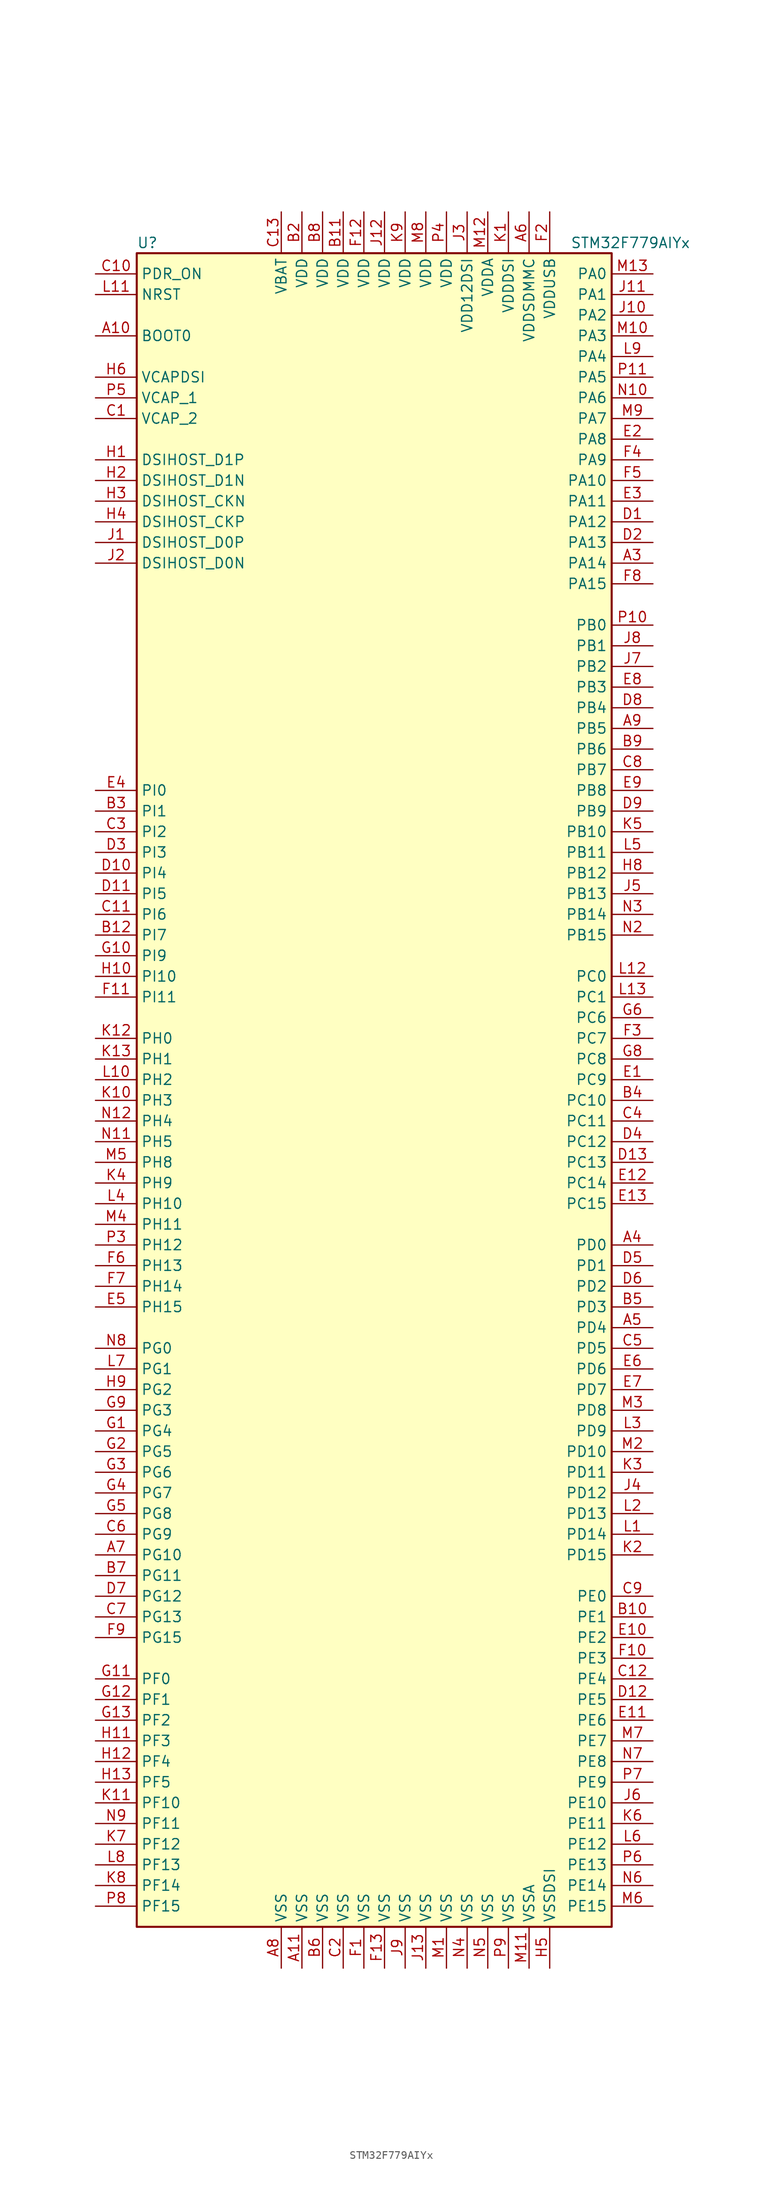
<source format=kicad_sym>
(kicad_symbol_lib
  (version 20201005)
  (generator kicad_symbol_editor)
  (symbol "STM32F779AIYx"
    (property "Reference" "U"
      (at -30.48 102.87 0)
      (effects (font (size 1.27 1.27)) (justify left)))
    (property "Value" "STM32F779AIYx"
      (at 22.86 102.87 0)
      (effects (font (size 1.27 1.27)) (justify left)))
    (symbol "STM32F779AIYx_0_1"
      (rectangle (start -30.48 -104.14) (end 27.94 101.6) (stroke (width 0.254)) (fill (type background))))
    (symbol "STM32F779AIYx_1_1"
      (pin input line (at -35.56 91.44 0) (length 5.08) (name "BOOT0" (effects (font (size 1.27 1.27)))) (number "A10" (effects (font (size 1.27 1.27)))))
      (pin bidirectional line (at -35.56 71.12 0) (length 5.08) (name "DSIHOST_CKN" (effects (font (size 1.27 1.27)))) (number "H3" (effects (font (size 1.27 1.27)))))
      (pin bidirectional line (at -35.56 68.58 0) (length 5.08) (name "DSIHOST_CKP" (effects (font (size 1.27 1.27)))) (number "H4" (effects (font (size 1.27 1.27)))))
      (pin bidirectional line (at -35.56 63.5 0) (length 5.08) (name "DSIHOST_D0N" (effects (font (size 1.27 1.27)))) (number "J2" (effects (font (size 1.27 1.27)))))
      (pin bidirectional line (at -35.56 66.04 0) (length 5.08) (name "DSIHOST_D0P" (effects (font (size 1.27 1.27)))) (number "J1" (effects (font (size 1.27 1.27)))))
      (pin bidirectional line (at -35.56 73.66 0) (length 5.08) (name "DSIHOST_D1N" (effects (font (size 1.27 1.27)))) (number "H2" (effects (font (size 1.27 1.27)))))
      (pin bidirectional line (at -35.56 76.2 0) (length 5.08) (name "DSIHOST_D1P" (effects (font (size 1.27 1.27)))) (number "H1" (effects (font (size 1.27 1.27)))))
      (pin no_connect line (at -30.48 -101.6 0) (length 5.08) hide (name "NC" (effects (font (size 1.27 1.27)))) (number "A1" (effects (font (size 1.27 1.27)))))
      (pin no_connect line (at -30.48 -96.52 0) (length 5.08) hide (name "NC" (effects (font (size 1.27 1.27)))) (number "A12" (effects (font (size 1.27 1.27)))))
      (pin no_connect line (at -30.48 -93.98 0) (length 5.08) hide (name "NC" (effects (font (size 1.27 1.27)))) (number "A13" (effects (font (size 1.27 1.27)))))
      (pin no_connect line (at -30.48 -99.06 0) (length 5.08) hide (name "NC" (effects (font (size 1.27 1.27)))) (number "A2" (effects (font (size 1.27 1.27)))))
      (pin no_connect line (at -30.48 -91.44 0) (length 5.08) hide (name "NC" (effects (font (size 1.27 1.27)))) (number "B1" (effects (font (size 1.27 1.27)))))
      (pin no_connect line (at -30.48 -88.9 0) (length 5.08) hide (name "NC" (effects (font (size 1.27 1.27)))) (number "B13" (effects (font (size 1.27 1.27)))))
      (pin no_connect line (at -30.48 -86.36 0) (length 5.08) hide (name "NC" (effects (font (size 1.27 1.27)))) (number "N1" (effects (font (size 1.27 1.27)))))
      (pin no_connect line (at -30.48 -83.82 0) (length 5.08) hide (name "NC" (effects (font (size 1.27 1.27)))) (number "N13" (effects (font (size 1.27 1.27)))))
      (pin no_connect line (at -30.48 -81.28 0) (length 5.08) hide (name "NC" (effects (font (size 1.27 1.27)))) (number "P1" (effects (font (size 1.27 1.27)))))
      (pin no_connect line (at -30.48 -76.2 0) (length 5.08) hide (name "NC" (effects (font (size 1.27 1.27)))) (number "P12" (effects (font (size 1.27 1.27)))))
      (pin no_connect line (at -30.48 -73.66 0) (length 5.08) hide (name "NC" (effects (font (size 1.27 1.27)))) (number "P13" (effects (font (size 1.27 1.27)))))
      (pin no_connect line (at -30.48 -78.74 0) (length 5.08) hide (name "NC" (effects (font (size 1.27 1.27)))) (number "P2" (effects (font (size 1.27 1.27)))))
      (pin input line (at -35.56 96.52 0) (length 5.08) (name "NRST" (effects (font (size 1.27 1.27)))) (number "L11" (effects (font (size 1.27 1.27)))))
      (pin bidirectional line (at 33.02 99.06 180) (length 5.08) (name "PA0" (effects (font (size 1.27 1.27)))) (number "M13" (effects (font (size 1.27 1.27)))))
      (pin bidirectional line (at 33.02 96.52 180) (length 5.08) (name "PA1" (effects (font (size 1.27 1.27)))) (number "J11" (effects (font (size 1.27 1.27)))))
      (pin bidirectional line (at 33.02 73.66 180) (length 5.08) (name "PA10" (effects (font (size 1.27 1.27)))) (number "F5" (effects (font (size 1.27 1.27)))))
      (pin bidirectional line (at 33.02 71.12 180) (length 5.08) (name "PA11" (effects (font (size 1.27 1.27)))) (number "E3" (effects (font (size 1.27 1.27)))))
      (pin bidirectional line (at 33.02 68.58 180) (length 5.08) (name "PA12" (effects (font (size 1.27 1.27)))) (number "D1" (effects (font (size 1.27 1.27)))))
      (pin bidirectional line (at 33.02 66.04 180) (length 5.08) (name "PA13" (effects (font (size 1.27 1.27)))) (number "D2" (effects (font (size 1.27 1.27)))))
      (pin bidirectional line (at 33.02 63.5 180) (length 5.08) (name "PA14" (effects (font (size 1.27 1.27)))) (number "A3" (effects (font (size 1.27 1.27)))))
      (pin bidirectional line (at 33.02 60.96 180) (length 5.08) (name "PA15" (effects (font (size 1.27 1.27)))) (number "F8" (effects (font (size 1.27 1.27)))))
      (pin bidirectional line (at 33.02 93.98 180) (length 5.08) (name "PA2" (effects (font (size 1.27 1.27)))) (number "J10" (effects (font (size 1.27 1.27)))))
      (pin bidirectional line (at 33.02 91.44 180) (length 5.08) (name "PA3" (effects (font (size 1.27 1.27)))) (number "M10" (effects (font (size 1.27 1.27)))))
      (pin bidirectional line (at 33.02 88.9 180) (length 5.08) (name "PA4" (effects (font (size 1.27 1.27)))) (number "L9" (effects (font (size 1.27 1.27)))))
      (pin bidirectional line (at 33.02 86.36 180) (length 5.08) (name "PA5" (effects (font (size 1.27 1.27)))) (number "P11" (effects (font (size 1.27 1.27)))))
      (pin bidirectional line (at 33.02 83.82 180) (length 5.08) (name "PA6" (effects (font (size 1.27 1.27)))) (number "N10" (effects (font (size 1.27 1.27)))))
      (pin bidirectional line (at 33.02 81.28 180) (length 5.08) (name "PA7" (effects (font (size 1.27 1.27)))) (number "M9" (effects (font (size 1.27 1.27)))))
      (pin bidirectional line (at 33.02 78.74 180) (length 5.08) (name "PA8" (effects (font (size 1.27 1.27)))) (number "E2" (effects (font (size 1.27 1.27)))))
      (pin bidirectional line (at 33.02 76.2 180) (length 5.08) (name "PA9" (effects (font (size 1.27 1.27)))) (number "F4" (effects (font (size 1.27 1.27)))))
      (pin bidirectional line (at 33.02 55.88 180) (length 5.08) (name "PB0" (effects (font (size 1.27 1.27)))) (number "P10" (effects (font (size 1.27 1.27)))))
      (pin bidirectional line (at 33.02 53.34 180) (length 5.08) (name "PB1" (effects (font (size 1.27 1.27)))) (number "J8" (effects (font (size 1.27 1.27)))))
      (pin bidirectional line (at 33.02 30.48 180) (length 5.08) (name "PB10" (effects (font (size 1.27 1.27)))) (number "K5" (effects (font (size 1.27 1.27)))))
      (pin bidirectional line (at 33.02 27.94 180) (length 5.08) (name "PB11" (effects (font (size 1.27 1.27)))) (number "L5" (effects (font (size 1.27 1.27)))))
      (pin bidirectional line (at 33.02 25.4 180) (length 5.08) (name "PB12" (effects (font (size 1.27 1.27)))) (number "H8" (effects (font (size 1.27 1.27)))))
      (pin bidirectional line (at 33.02 22.86 180) (length 5.08) (name "PB13" (effects (font (size 1.27 1.27)))) (number "J5" (effects (font (size 1.27 1.27)))))
      (pin bidirectional line (at 33.02 20.32 180) (length 5.08) (name "PB14" (effects (font (size 1.27 1.27)))) (number "N3" (effects (font (size 1.27 1.27)))))
      (pin bidirectional line (at 33.02 17.78 180) (length 5.08) (name "PB15" (effects (font (size 1.27 1.27)))) (number "N2" (effects (font (size 1.27 1.27)))))
      (pin bidirectional line (at 33.02 50.8 180) (length 5.08) (name "PB2" (effects (font (size 1.27 1.27)))) (number "J7" (effects (font (size 1.27 1.27)))))
      (pin bidirectional line (at 33.02 48.26 180) (length 5.08) (name "PB3" (effects (font (size 1.27 1.27)))) (number "E8" (effects (font (size 1.27 1.27)))))
      (pin bidirectional line (at 33.02 45.72 180) (length 5.08) (name "PB4" (effects (font (size 1.27 1.27)))) (number "D8" (effects (font (size 1.27 1.27)))))
      (pin bidirectional line (at 33.02 43.18 180) (length 5.08) (name "PB5" (effects (font (size 1.27 1.27)))) (number "A9" (effects (font (size 1.27 1.27)))))
      (pin bidirectional line (at 33.02 40.64 180) (length 5.08) (name "PB6" (effects (font (size 1.27 1.27)))) (number "B9" (effects (font (size 1.27 1.27)))))
      (pin bidirectional line (at 33.02 38.1 180) (length 5.08) (name "PB7" (effects (font (size 1.27 1.27)))) (number "C8" (effects (font (size 1.27 1.27)))))
      (pin bidirectional line (at 33.02 35.56 180) (length 5.08) (name "PB8" (effects (font (size 1.27 1.27)))) (number "E9" (effects (font (size 1.27 1.27)))))
      (pin bidirectional line (at 33.02 33.02 180) (length 5.08) (name "PB9" (effects (font (size 1.27 1.27)))) (number "D9" (effects (font (size 1.27 1.27)))))
      (pin bidirectional line (at 33.02 12.7 180) (length 5.08) (name "PC0" (effects (font (size 1.27 1.27)))) (number "L12" (effects (font (size 1.27 1.27)))))
      (pin bidirectional line (at 33.02 10.16 180) (length 5.08) (name "PC1" (effects (font (size 1.27 1.27)))) (number "L13" (effects (font (size 1.27 1.27)))))
      (pin bidirectional line (at 33.02 -2.54 180) (length 5.08) (name "PC10" (effects (font (size 1.27 1.27)))) (number "B4" (effects (font (size 1.27 1.27)))))
      (pin bidirectional line (at 33.02 -5.08 180) (length 5.08) (name "PC11" (effects (font (size 1.27 1.27)))) (number "C4" (effects (font (size 1.27 1.27)))))
      (pin bidirectional line (at 33.02 -7.62 180) (length 5.08) (name "PC12" (effects (font (size 1.27 1.27)))) (number "D4" (effects (font (size 1.27 1.27)))))
      (pin bidirectional line (at 33.02 -10.16 180) (length 5.08) (name "PC13" (effects (font (size 1.27 1.27)))) (number "D13" (effects (font (size 1.27 1.27)))))
      (pin bidirectional line (at 33.02 -12.7 180) (length 5.08) (name "PC14" (effects (font (size 1.27 1.27)))) (number "E12" (effects (font (size 1.27 1.27)))))
      (pin bidirectional line (at 33.02 -15.24 180) (length 5.08) (name "PC15" (effects (font (size 1.27 1.27)))) (number "E13" (effects (font (size 1.27 1.27)))))
      (pin bidirectional line (at 33.02 7.62 180) (length 5.08) (name "PC6" (effects (font (size 1.27 1.27)))) (number "G6" (effects (font (size 1.27 1.27)))))
      (pin bidirectional line (at 33.02 5.08 180) (length 5.08) (name "PC7" (effects (font (size 1.27 1.27)))) (number "F3" (effects (font (size 1.27 1.27)))))
      (pin bidirectional line (at 33.02 2.54 180) (length 5.08) (name "PC8" (effects (font (size 1.27 1.27)))) (number "G8" (effects (font (size 1.27 1.27)))))
      (pin bidirectional line (at 33.02 0 180) (length 5.08) (name "PC9" (effects (font (size 1.27 1.27)))) (number "E1" (effects (font (size 1.27 1.27)))))
      (pin bidirectional line (at 33.02 -20.32 180) (length 5.08) (name "PD0" (effects (font (size 1.27 1.27)))) (number "A4" (effects (font (size 1.27 1.27)))))
      (pin bidirectional line (at 33.02 -22.86 180) (length 5.08) (name "PD1" (effects (font (size 1.27 1.27)))) (number "D5" (effects (font (size 1.27 1.27)))))
      (pin bidirectional line (at 33.02 -45.72 180) (length 5.08) (name "PD10" (effects (font (size 1.27 1.27)))) (number "M2" (effects (font (size 1.27 1.27)))))
      (pin bidirectional line (at 33.02 -48.26 180) (length 5.08) (name "PD11" (effects (font (size 1.27 1.27)))) (number "K3" (effects (font (size 1.27 1.27)))))
      (pin bidirectional line (at 33.02 -50.8 180) (length 5.08) (name "PD12" (effects (font (size 1.27 1.27)))) (number "J4" (effects (font (size 1.27 1.27)))))
      (pin bidirectional line (at 33.02 -53.34 180) (length 5.08) (name "PD13" (effects (font (size 1.27 1.27)))) (number "L2" (effects (font (size 1.27 1.27)))))
      (pin bidirectional line (at 33.02 -55.88 180) (length 5.08) (name "PD14" (effects (font (size 1.27 1.27)))) (number "L1" (effects (font (size 1.27 1.27)))))
      (pin bidirectional line (at 33.02 -58.42 180) (length 5.08) (name "PD15" (effects (font (size 1.27 1.27)))) (number "K2" (effects (font (size 1.27 1.27)))))
      (pin bidirectional line (at 33.02 -25.4 180) (length 5.08) (name "PD2" (effects (font (size 1.27 1.27)))) (number "D6" (effects (font (size 1.27 1.27)))))
      (pin bidirectional line (at 33.02 -27.94 180) (length 5.08) (name "PD3" (effects (font (size 1.27 1.27)))) (number "B5" (effects (font (size 1.27 1.27)))))
      (pin bidirectional line (at 33.02 -30.48 180) (length 5.08) (name "PD4" (effects (font (size 1.27 1.27)))) (number "A5" (effects (font (size 1.27 1.27)))))
      (pin bidirectional line (at 33.02 -33.02 180) (length 5.08) (name "PD5" (effects (font (size 1.27 1.27)))) (number "C5" (effects (font (size 1.27 1.27)))))
      (pin bidirectional line (at 33.02 -35.56 180) (length 5.08) (name "PD6" (effects (font (size 1.27 1.27)))) (number "E6" (effects (font (size 1.27 1.27)))))
      (pin bidirectional line (at 33.02 -38.1 180) (length 5.08) (name "PD7" (effects (font (size 1.27 1.27)))) (number "E7" (effects (font (size 1.27 1.27)))))
      (pin bidirectional line (at 33.02 -40.64 180) (length 5.08) (name "PD8" (effects (font (size 1.27 1.27)))) (number "M3" (effects (font (size 1.27 1.27)))))
      (pin bidirectional line (at 33.02 -43.18 180) (length 5.08) (name "PD9" (effects (font (size 1.27 1.27)))) (number "L3" (effects (font (size 1.27 1.27)))))
      (pin input line (at -35.56 99.06 0) (length 5.08) (name "PDR_ON" (effects (font (size 1.27 1.27)))) (number "C10" (effects (font (size 1.27 1.27)))))
      (pin bidirectional line (at 33.02 -63.5 180) (length 5.08) (name "PE0" (effects (font (size 1.27 1.27)))) (number "C9" (effects (font (size 1.27 1.27)))))
      (pin bidirectional line (at 33.02 -66.04 180) (length 5.08) (name "PE1" (effects (font (size 1.27 1.27)))) (number "B10" (effects (font (size 1.27 1.27)))))
      (pin bidirectional line (at 33.02 -88.9 180) (length 5.08) (name "PE10" (effects (font (size 1.27 1.27)))) (number "J6" (effects (font (size 1.27 1.27)))))
      (pin bidirectional line (at 33.02 -91.44 180) (length 5.08) (name "PE11" (effects (font (size 1.27 1.27)))) (number "K6" (effects (font (size 1.27 1.27)))))
      (pin bidirectional line (at 33.02 -93.98 180) (length 5.08) (name "PE12" (effects (font (size 1.27 1.27)))) (number "L6" (effects (font (size 1.27 1.27)))))
      (pin bidirectional line (at 33.02 -96.52 180) (length 5.08) (name "PE13" (effects (font (size 1.27 1.27)))) (number "P6" (effects (font (size 1.27 1.27)))))
      (pin bidirectional line (at 33.02 -99.06 180) (length 5.08) (name "PE14" (effects (font (size 1.27 1.27)))) (number "N6" (effects (font (size 1.27 1.27)))))
      (pin bidirectional line (at 33.02 -101.6 180) (length 5.08) (name "PE15" (effects (font (size 1.27 1.27)))) (number "M6" (effects (font (size 1.27 1.27)))))
      (pin bidirectional line (at 33.02 -68.58 180) (length 5.08) (name "PE2" (effects (font (size 1.27 1.27)))) (number "E10" (effects (font (size 1.27 1.27)))))
      (pin bidirectional line (at 33.02 -71.12 180) (length 5.08) (name "PE3" (effects (font (size 1.27 1.27)))) (number "F10" (effects (font (size 1.27 1.27)))))
      (pin bidirectional line (at 33.02 -73.66 180) (length 5.08) (name "PE4" (effects (font (size 1.27 1.27)))) (number "C12" (effects (font (size 1.27 1.27)))))
      (pin bidirectional line (at 33.02 -76.2 180) (length 5.08) (name "PE5" (effects (font (size 1.27 1.27)))) (number "D12" (effects (font (size 1.27 1.27)))))
      (pin bidirectional line (at 33.02 -78.74 180) (length 5.08) (name "PE6" (effects (font (size 1.27 1.27)))) (number "E11" (effects (font (size 1.27 1.27)))))
      (pin bidirectional line (at 33.02 -81.28 180) (length 5.08) (name "PE7" (effects (font (size 1.27 1.27)))) (number "M7" (effects (font (size 1.27 1.27)))))
      (pin bidirectional line (at 33.02 -83.82 180) (length 5.08) (name "PE8" (effects (font (size 1.27 1.27)))) (number "N7" (effects (font (size 1.27 1.27)))))
      (pin bidirectional line (at 33.02 -86.36 180) (length 5.08) (name "PE9" (effects (font (size 1.27 1.27)))) (number "P7" (effects (font (size 1.27 1.27)))))
      (pin bidirectional line (at -35.56 -73.66 0) (length 5.08) (name "PF0" (effects (font (size 1.27 1.27)))) (number "G11" (effects (font (size 1.27 1.27)))))
      (pin bidirectional line (at -35.56 -76.2 0) (length 5.08) (name "PF1" (effects (font (size 1.27 1.27)))) (number "G12" (effects (font (size 1.27 1.27)))))
      (pin bidirectional line (at -35.56 -88.9 0) (length 5.08) (name "PF10" (effects (font (size 1.27 1.27)))) (number "K11" (effects (font (size 1.27 1.27)))))
      (pin bidirectional line (at -35.56 -91.44 0) (length 5.08) (name "PF11" (effects (font (size 1.27 1.27)))) (number "N9" (effects (font (size 1.27 1.27)))))
      (pin bidirectional line (at -35.56 -93.98 0) (length 5.08) (name "PF12" (effects (font (size 1.27 1.27)))) (number "K7" (effects (font (size 1.27 1.27)))))
      (pin bidirectional line (at -35.56 -96.52 0) (length 5.08) (name "PF13" (effects (font (size 1.27 1.27)))) (number "L8" (effects (font (size 1.27 1.27)))))
      (pin bidirectional line (at -35.56 -99.06 0) (length 5.08) (name "PF14" (effects (font (size 1.27 1.27)))) (number "K8" (effects (font (size 1.27 1.27)))))
      (pin bidirectional line (at -35.56 -101.6 0) (length 5.08) (name "PF15" (effects (font (size 1.27 1.27)))) (number "P8" (effects (font (size 1.27 1.27)))))
      (pin bidirectional line (at -35.56 -78.74 0) (length 5.08) (name "PF2" (effects (font (size 1.27 1.27)))) (number "G13" (effects (font (size 1.27 1.27)))))
      (pin bidirectional line (at -35.56 -81.28 0) (length 5.08) (name "PF3" (effects (font (size 1.27 1.27)))) (number "H11" (effects (font (size 1.27 1.27)))))
      (pin bidirectional line (at -35.56 -83.82 0) (length 5.08) (name "PF4" (effects (font (size 1.27 1.27)))) (number "H12" (effects (font (size 1.27 1.27)))))
      (pin bidirectional line (at -35.56 -86.36 0) (length 5.08) (name "PF5" (effects (font (size 1.27 1.27)))) (number "H13" (effects (font (size 1.27 1.27)))))
      (pin bidirectional line (at -35.56 -33.02 0) (length 5.08) (name "PG0" (effects (font (size 1.27 1.27)))) (number "N8" (effects (font (size 1.27 1.27)))))
      (pin bidirectional line (at -35.56 -35.56 0) (length 5.08) (name "PG1" (effects (font (size 1.27 1.27)))) (number "L7" (effects (font (size 1.27 1.27)))))
      (pin bidirectional line (at -35.56 -58.42 0) (length 5.08) (name "PG10" (effects (font (size 1.27 1.27)))) (number "A7" (effects (font (size 1.27 1.27)))))
      (pin bidirectional line (at -35.56 -60.96 0) (length 5.08) (name "PG11" (effects (font (size 1.27 1.27)))) (number "B7" (effects (font (size 1.27 1.27)))))
      (pin bidirectional line (at -35.56 -63.5 0) (length 5.08) (name "PG12" (effects (font (size 1.27 1.27)))) (number "D7" (effects (font (size 1.27 1.27)))))
      (pin bidirectional line (at -35.56 -66.04 0) (length 5.08) (name "PG13" (effects (font (size 1.27 1.27)))) (number "C7" (effects (font (size 1.27 1.27)))))
      (pin bidirectional line (at -35.56 -68.58 0) (length 5.08) (name "PG15" (effects (font (size 1.27 1.27)))) (number "F9" (effects (font (size 1.27 1.27)))))
      (pin bidirectional line (at -35.56 -38.1 0) (length 5.08) (name "PG2" (effects (font (size 1.27 1.27)))) (number "H9" (effects (font (size 1.27 1.27)))))
      (pin bidirectional line (at -35.56 -40.64 0) (length 5.08) (name "PG3" (effects (font (size 1.27 1.27)))) (number "G9" (effects (font (size 1.27 1.27)))))
      (pin bidirectional line (at -35.56 -43.18 0) (length 5.08) (name "PG4" (effects (font (size 1.27 1.27)))) (number "G1" (effects (font (size 1.27 1.27)))))
      (pin bidirectional line (at -35.56 -45.72 0) (length 5.08) (name "PG5" (effects (font (size 1.27 1.27)))) (number "G2" (effects (font (size 1.27 1.27)))))
      (pin bidirectional line (at -35.56 -48.26 0) (length 5.08) (name "PG6" (effects (font (size 1.27 1.27)))) (number "G3" (effects (font (size 1.27 1.27)))))
      (pin bidirectional line (at -35.56 -50.8 0) (length 5.08) (name "PG7" (effects (font (size 1.27 1.27)))) (number "G4" (effects (font (size 1.27 1.27)))))
      (pin bidirectional line (at -35.56 -53.34 0) (length 5.08) (name "PG8" (effects (font (size 1.27 1.27)))) (number "G5" (effects (font (size 1.27 1.27)))))
      (pin bidirectional line (at -35.56 -55.88 0) (length 5.08) (name "PG9" (effects (font (size 1.27 1.27)))) (number "C6" (effects (font (size 1.27 1.27)))))
      (pin input line (at -35.56 5.08 0) (length 5.08) (name "PH0" (effects (font (size 1.27 1.27)))) (number "K12" (effects (font (size 1.27 1.27)))))
      (pin input line (at -35.56 2.54 0) (length 5.08) (name "PH1" (effects (font (size 1.27 1.27)))) (number "K13" (effects (font (size 1.27 1.27)))))
      (pin bidirectional line (at -35.56 -15.24 0) (length 5.08) (name "PH10" (effects (font (size 1.27 1.27)))) (number "L4" (effects (font (size 1.27 1.27)))))
      (pin bidirectional line (at -35.56 -17.78 0) (length 5.08) (name "PH11" (effects (font (size 1.27 1.27)))) (number "M4" (effects (font (size 1.27 1.27)))))
      (pin bidirectional line (at -35.56 -20.32 0) (length 5.08) (name "PH12" (effects (font (size 1.27 1.27)))) (number "P3" (effects (font (size 1.27 1.27)))))
      (pin bidirectional line (at -35.56 -22.86 0) (length 5.08) (name "PH13" (effects (font (size 1.27 1.27)))) (number "F6" (effects (font (size 1.27 1.27)))))
      (pin bidirectional line (at -35.56 -25.4 0) (length 5.08) (name "PH14" (effects (font (size 1.27 1.27)))) (number "F7" (effects (font (size 1.27 1.27)))))
      (pin bidirectional line (at -35.56 -27.94 0) (length 5.08) (name "PH15" (effects (font (size 1.27 1.27)))) (number "E5" (effects (font (size 1.27 1.27)))))
      (pin bidirectional line (at -35.56 0 0) (length 5.08) (name "PH2" (effects (font (size 1.27 1.27)))) (number "L10" (effects (font (size 1.27 1.27)))))
      (pin bidirectional line (at -35.56 -2.54 0) (length 5.08) (name "PH3" (effects (font (size 1.27 1.27)))) (number "K10" (effects (font (size 1.27 1.27)))))
      (pin bidirectional line (at -35.56 -5.08 0) (length 5.08) (name "PH4" (effects (font (size 1.27 1.27)))) (number "N12" (effects (font (size 1.27 1.27)))))
      (pin bidirectional line (at -35.56 -7.62 0) (length 5.08) (name "PH5" (effects (font (size 1.27 1.27)))) (number "N11" (effects (font (size 1.27 1.27)))))
      (pin bidirectional line (at -35.56 -10.16 0) (length 5.08) (name "PH8" (effects (font (size 1.27 1.27)))) (number "M5" (effects (font (size 1.27 1.27)))))
      (pin bidirectional line (at -35.56 -12.7 0) (length 5.08) (name "PH9" (effects (font (size 1.27 1.27)))) (number "K4" (effects (font (size 1.27 1.27)))))
      (pin bidirectional line (at -35.56 35.56 0) (length 5.08) (name "PI0" (effects (font (size 1.27 1.27)))) (number "E4" (effects (font (size 1.27 1.27)))))
      (pin bidirectional line (at -35.56 33.02 0) (length 5.08) (name "PI1" (effects (font (size 1.27 1.27)))) (number "B3" (effects (font (size 1.27 1.27)))))
      (pin bidirectional line (at -35.56 12.7 0) (length 5.08) (name "PI10" (effects (font (size 1.27 1.27)))) (number "H10" (effects (font (size 1.27 1.27)))))
      (pin bidirectional line (at -35.56 10.16 0) (length 5.08) (name "PI11" (effects (font (size 1.27 1.27)))) (number "F11" (effects (font (size 1.27 1.27)))))
      (pin bidirectional line (at -35.56 30.48 0) (length 5.08) (name "PI2" (effects (font (size 1.27 1.27)))) (number "C3" (effects (font (size 1.27 1.27)))))
      (pin bidirectional line (at -35.56 27.94 0) (length 5.08) (name "PI3" (effects (font (size 1.27 1.27)))) (number "D3" (effects (font (size 1.27 1.27)))))
      (pin bidirectional line (at -35.56 25.4 0) (length 5.08) (name "PI4" (effects (font (size 1.27 1.27)))) (number "D10" (effects (font (size 1.27 1.27)))))
      (pin bidirectional line (at -35.56 22.86 0) (length 5.08) (name "PI5" (effects (font (size 1.27 1.27)))) (number "D11" (effects (font (size 1.27 1.27)))))
      (pin bidirectional line (at -35.56 20.32 0) (length 5.08) (name "PI6" (effects (font (size 1.27 1.27)))) (number "C11" (effects (font (size 1.27 1.27)))))
      (pin bidirectional line (at -35.56 17.78 0) (length 5.08) (name "PI7" (effects (font (size 1.27 1.27)))) (number "B12" (effects (font (size 1.27 1.27)))))
      (pin bidirectional line (at -35.56 15.24 0) (length 5.08) (name "PI9" (effects (font (size 1.27 1.27)))) (number "G10" (effects (font (size 1.27 1.27)))))
      (pin power_in line (at -12.7 106.68 270) (length 5.08) (name "VBAT" (effects (font (size 1.27 1.27)))) (number "C13" (effects (font (size 1.27 1.27)))))
      (pin power_in line (at -35.56 86.36 0) (length 5.08) (name "VCAPDSI" (effects (font (size 1.27 1.27)))) (number "H6" (effects (font (size 1.27 1.27)))))
      (pin power_in line (at -35.56 83.82 0) (length 5.08) (name "VCAP_1" (effects (font (size 1.27 1.27)))) (number "P5" (effects (font (size 1.27 1.27)))))
      (pin power_in line (at -35.56 81.28 0) (length 5.08) (name "VCAP_2" (effects (font (size 1.27 1.27)))) (number "C1" (effects (font (size 1.27 1.27)))))
      (pin power_in line (at -5.08 106.68 270) (length 5.08) (name "VDD" (effects (font (size 1.27 1.27)))) (number "B11" (effects (font (size 1.27 1.27)))))
      (pin power_in line (at -10.16 106.68 270) (length 5.08) (name "VDD" (effects (font (size 1.27 1.27)))) (number "B2" (effects (font (size 1.27 1.27)))))
      (pin power_in line (at -7.62 106.68 270) (length 5.08) (name "VDD" (effects (font (size 1.27 1.27)))) (number "B8" (effects (font (size 1.27 1.27)))))
      (pin power_in line (at -2.54 106.68 270) (length 5.08) (name "VDD" (effects (font (size 1.27 1.27)))) (number "F12" (effects (font (size 1.27 1.27)))))
      (pin power_in line (at 0 106.68 270) (length 5.08) (name "VDD" (effects (font (size 1.27 1.27)))) (number "J12" (effects (font (size 1.27 1.27)))))
      (pin power_in line (at 2.54 106.68 270) (length 5.08) (name "VDD" (effects (font (size 1.27 1.27)))) (number "K9" (effects (font (size 1.27 1.27)))))
      (pin power_in line (at 5.08 106.68 270) (length 5.08) (name "VDD" (effects (font (size 1.27 1.27)))) (number "M8" (effects (font (size 1.27 1.27)))))
      (pin power_in line (at 7.62 106.68 270) (length 5.08) (name "VDD" (effects (font (size 1.27 1.27)))) (number "P4" (effects (font (size 1.27 1.27)))))
      (pin power_in line (at 10.16 106.68 270) (length 5.08) (name "VDD12DSI" (effects (font (size 1.27 1.27)))) (number "J3" (effects (font (size 1.27 1.27)))))
      (pin power_in line (at 12.7 106.68 270) (length 5.08) (name "VDDA" (effects (font (size 1.27 1.27)))) (number "M12" (effects (font (size 1.27 1.27)))))
      (pin power_in line (at 15.24 106.68 270) (length 5.08) (name "VDDDSI" (effects (font (size 1.27 1.27)))) (number "K1" (effects (font (size 1.27 1.27)))))
      (pin power_in line (at 17.78 106.68 270) (length 5.08) (name "VDDSDMMC" (effects (font (size 1.27 1.27)))) (number "A6" (effects (font (size 1.27 1.27)))))
      (pin power_in line (at 20.32 106.68 270) (length 5.08) (name "VDDUSB" (effects (font (size 1.27 1.27)))) (number "F2" (effects (font (size 1.27 1.27)))))
      (pin power_in line (at -10.16 -109.22 90) (length 5.08) (name "VSS" (effects (font (size 1.27 1.27)))) (number "A11" (effects (font (size 1.27 1.27)))))
      (pin power_in line (at -12.7 -109.22 90) (length 5.08) (name "VSS" (effects (font (size 1.27 1.27)))) (number "A8" (effects (font (size 1.27 1.27)))))
      (pin power_in line (at -7.62 -109.22 90) (length 5.08) (name "VSS" (effects (font (size 1.27 1.27)))) (number "B6" (effects (font (size 1.27 1.27)))))
      (pin power_in line (at -5.08 -109.22 90) (length 5.08) (name "VSS" (effects (font (size 1.27 1.27)))) (number "C2" (effects (font (size 1.27 1.27)))))
      (pin power_in line (at -2.54 -109.22 90) (length 5.08) (name "VSS" (effects (font (size 1.27 1.27)))) (number "F1" (effects (font (size 1.27 1.27)))))
      (pin power_in line (at 0 -109.22 90) (length 5.08) (name "VSS" (effects (font (size 1.27 1.27)))) (number "F13" (effects (font (size 1.27 1.27)))))
      (pin power_in line (at 5.08 -109.22 90) (length 5.08) (name "VSS" (effects (font (size 1.27 1.27)))) (number "J13" (effects (font (size 1.27 1.27)))))
      (pin power_in line (at 2.54 -109.22 90) (length 5.08) (name "VSS" (effects (font (size 1.27 1.27)))) (number "J9" (effects (font (size 1.27 1.27)))))
      (pin power_in line (at 7.62 -109.22 90) (length 5.08) (name "VSS" (effects (font (size 1.27 1.27)))) (number "M1" (effects (font (size 1.27 1.27)))))
      (pin power_in line (at 10.16 -109.22 90) (length 5.08) (name "VSS" (effects (font (size 1.27 1.27)))) (number "N4" (effects (font (size 1.27 1.27)))))
      (pin power_in line (at 12.7 -109.22 90) (length 5.08) (name "VSS" (effects (font (size 1.27 1.27)))) (number "N5" (effects (font (size 1.27 1.27)))))
      (pin power_in line (at 15.24 -109.22 90) (length 5.08) (name "VSS" (effects (font (size 1.27 1.27)))) (number "P9" (effects (font (size 1.27 1.27)))))
      (pin power_in line (at 17.78 -109.22 90) (length 5.08) (name "VSSA" (effects (font (size 1.27 1.27)))) (number "M11" (effects (font (size 1.27 1.27)))))
      (pin power_in line (at 20.32 -109.22 90) (length 5.08) (name "VSSDSI" (effects (font (size 1.27 1.27)))) (number "H5" (effects (font (size 1.27 1.27))))))))
</source>
